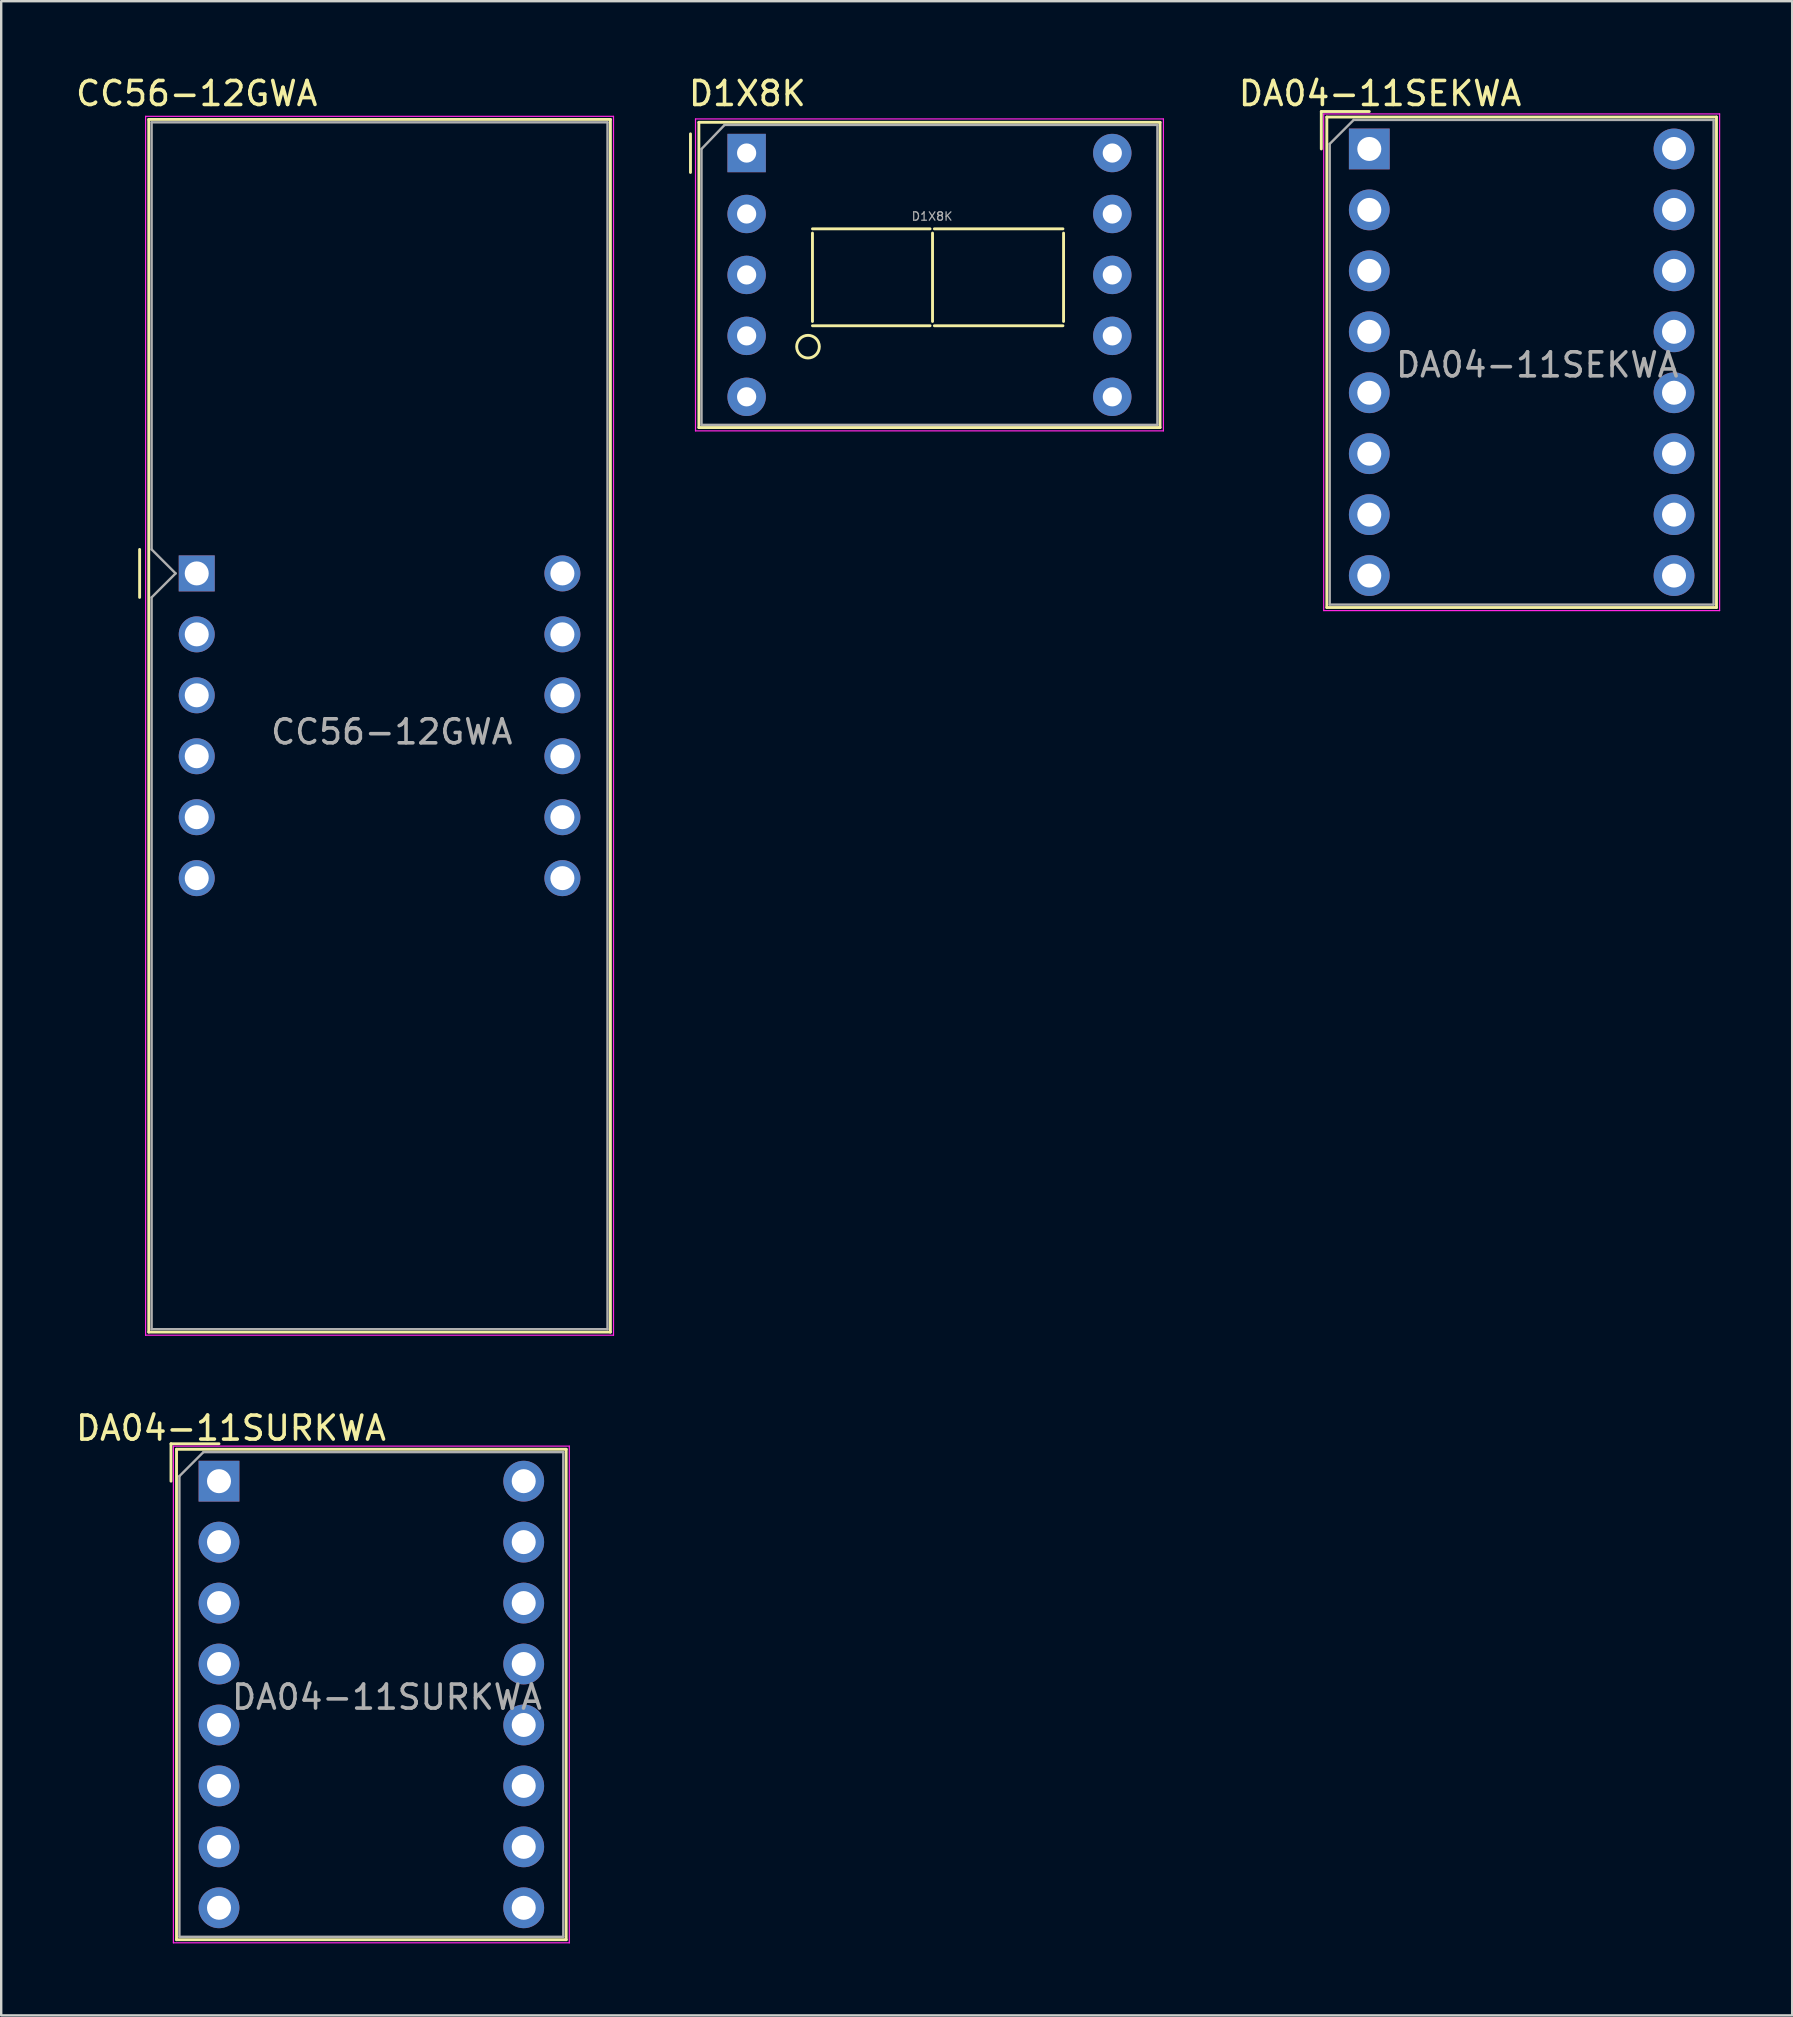
<source format=kicad_pcb>
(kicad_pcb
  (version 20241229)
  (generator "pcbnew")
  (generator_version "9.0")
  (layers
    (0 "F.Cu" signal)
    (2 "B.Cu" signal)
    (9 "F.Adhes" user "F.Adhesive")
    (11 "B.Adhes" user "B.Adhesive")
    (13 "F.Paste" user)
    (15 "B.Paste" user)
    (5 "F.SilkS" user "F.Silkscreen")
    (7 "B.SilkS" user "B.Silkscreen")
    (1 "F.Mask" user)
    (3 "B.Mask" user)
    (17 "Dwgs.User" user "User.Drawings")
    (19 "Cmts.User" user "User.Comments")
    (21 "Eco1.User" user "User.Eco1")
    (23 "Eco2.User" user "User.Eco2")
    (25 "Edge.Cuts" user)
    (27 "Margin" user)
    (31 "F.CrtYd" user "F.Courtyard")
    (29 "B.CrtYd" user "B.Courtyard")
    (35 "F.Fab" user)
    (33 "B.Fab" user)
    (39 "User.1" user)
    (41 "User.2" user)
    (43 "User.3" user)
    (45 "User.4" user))
  (footprint "DA04-11SURKWA"
    (layer "F.Cu")
    (at 6.077 58.681)
    (property "Reference" "DA04-11SURKWA" (at 0.5 -2.21 0) (layer "F.SilkS") (effects (font (size 1 1) (thickness 0.15))))
    (attr through_hole)
    (fp_line (start -2 -1.56) (end -2 0) (stroke (width 0.12) (type solid)) (layer "F.SilkS"))
    (fp_line (start -2 -1.56) (end 0 -1.56) (stroke (width 0.12) (type solid)) (layer "F.SilkS"))
    (fp_line (start -1.77 -1.33) (end 14.47 -1.33) (stroke (width 0.12) (type solid)) (layer "F.SilkS"))
    (fp_line (start -1.77 19.11) (end -1.77 -1.33) (stroke (width 0.12) (type solid)) (layer "F.SilkS"))
    (fp_line (start 14.47 -1.33) (end 14.47 19.11) (stroke (width 0.12) (type solid)) (layer "F.SilkS"))
    (fp_line (start 14.47 19.11) (end -1.77 19.11) (stroke (width 0.12) (type solid)) (layer "F.SilkS"))
    (fp_line (start -1.9 -1.46) (end 14.6 -1.46) (stroke (width 0.05) (type solid)) (layer "F.CrtYd"))
    (fp_line (start -1.9 19.24) (end -1.9 -1.46) (stroke (width 0.05) (type solid)) (layer "F.CrtYd"))
    (fp_line (start 14.6 -1.46) (end 14.6 19.24) (stroke (width 0.05) (type solid)) (layer "F.CrtYd"))
    (fp_line (start 14.6 19.24) (end -1.9 19.24) (stroke (width 0.05) (type solid)) (layer "F.CrtYd"))
    (fp_line (start -1.65 -0.21) (end -0.65 -1.21) (stroke (width 0.1) (type solid)) (layer "F.Fab"))
    (fp_line (start -1.65 18.99) (end -1.65 -0.21) (stroke (width 0.1) (type solid)) (layer "F.Fab"))
    (fp_line (start -0.65 -1.21) (end 14.35 -1.21) (stroke (width 0.1) (type solid)) (layer "F.Fab"))
    (fp_line (start 14.35 -1.21) (end 14.35 18.99) (stroke (width 0.1) (type solid)) (layer "F.Fab"))
    (fp_line (start 14.35 18.99) (end -1.65 18.99) (stroke (width 0.1) (type solid)) (layer "F.Fab"))
    (fp_text user "${REFERENCE}" (at 7 9 0) (layer "F.Fab") (effects (font (size 1 1) (thickness 0.15))))
    (pad "1" thru_hole rect (at 0 0) (size 1.7 1.7) (drill 1) (layers "*.Cu" "*.Mask"))
    (pad "2" thru_hole circle (at 0 2.54) (size 1.7 1.7) (drill 1) (layers "*.Cu" "*.Mask"))
    (pad "3" thru_hole circle (at 0 5.08) (size 1.7 1.7) (drill 1) (layers "*.Cu" "*.Mask"))
    (pad "4" thru_hole circle (at 0 7.62) (size 1.7 1.7) (drill 1) (layers "*.Cu" "*.Mask"))
    (pad "5" thru_hole circle (at 0 10.16) (size 1.7 1.7) (drill 1) (layers "*.Cu" "*.Mask"))
    (pad "6" thru_hole circle (at 0 12.7) (size 1.7 1.7) (drill 1) (layers "*.Cu" "*.Mask"))
    (pad "7" thru_hole circle (at 0 15.24) (size 1.7 1.7) (drill 1) (layers "*.Cu" "*.Mask"))
    (pad "8" thru_hole circle (at 0 17.78) (size 1.7 1.7) (drill 1) (layers "*.Cu" "*.Mask"))
    (pad "9" thru_hole circle (at 12.7 17.78) (size 1.7 1.7) (drill 1) (layers "*.Cu" "*.Mask"))
    (pad "10" thru_hole circle (at 12.7 15.24) (size 1.7 1.7) (drill 1) (layers "*.Cu" "*.Mask"))
    (pad "11" thru_hole circle (at 12.7 12.7) (size 1.7 1.7) (drill 1) (layers "*.Cu" "*.Mask"))
    (pad "12" thru_hole circle (at 12.7 10.16) (size 1.7 1.7) (drill 1) (layers "*.Cu" "*.Mask"))
    (pad "13" thru_hole circle (at 12.7 7.62) (size 1.7 1.7) (drill 1) (layers "*.Cu" "*.Mask"))
    (pad "14" thru_hole circle (at 12.7 5.08) (size 1.7 1.7) (drill 1) (layers "*.Cu" "*.Mask"))
    (pad "15" thru_hole circle (at 12.7 2.54) (size 1.7 1.7) (drill 1) (layers "*.Cu" "*.Mask"))
    (pad "16" thru_hole circle (at 12.7 0) (size 1.7 1.7) (drill 1) (layers "*.Cu" "*.Mask")))
  (footprint "DA04-11SEKWA"
    (layer "F.Cu")
    (at 54.018 3.158)
    (property "Reference" "DA04-11SEKWA" (at 0.45 -2.31 0) (layer "F.SilkS") (effects (font (size 1 1) (thickness 0.15))))
    (attr through_hole)
    (fp_line (start -2 -1.56) (end -2 0) (stroke (width 0.12) (type solid)) (layer "F.SilkS"))
    (fp_line (start -2 -1.56) (end 0 -1.56) (stroke (width 0.12) (type solid)) (layer "F.SilkS"))
    (fp_line (start -1.77 -1.33) (end 14.47 -1.33) (stroke (width 0.12) (type solid)) (layer "F.SilkS"))
    (fp_line (start -1.77 19.11) (end -1.77 -1.33) (stroke (width 0.12) (type solid)) (layer "F.SilkS"))
    (fp_line (start 14.47 -1.33) (end 14.47 19.11) (stroke (width 0.12) (type solid)) (layer "F.SilkS"))
    (fp_line (start 14.47 19.11) (end -1.77 19.11) (stroke (width 0.12) (type solid)) (layer "F.SilkS"))
    (fp_line (start -1.9 -1.46) (end 14.6 -1.46) (stroke (width 0.05) (type solid)) (layer "F.CrtYd"))
    (fp_line (start -1.9 19.24) (end -1.9 -1.46) (stroke (width 0.05) (type solid)) (layer "F.CrtYd"))
    (fp_line (start 14.6 -1.46) (end 14.6 19.24) (stroke (width 0.05) (type solid)) (layer "F.CrtYd"))
    (fp_line (start 14.6 19.24) (end -1.9 19.24) (stroke (width 0.05) (type solid)) (layer "F.CrtYd"))
    (fp_line (start -1.65 -0.21) (end -0.65 -1.21) (stroke (width 0.1) (type solid)) (layer "F.Fab"))
    (fp_line (start -1.65 18.99) (end -1.65 -0.21) (stroke (width 0.1) (type solid)) (layer "F.Fab"))
    (fp_line (start -0.65 -1.21) (end 14.35 -1.21) (stroke (width 0.1) (type solid)) (layer "F.Fab"))
    (fp_line (start 14.35 -1.21) (end 14.35 18.99) (stroke (width 0.1) (type solid)) (layer "F.Fab"))
    (fp_line (start 14.35 18.99) (end -1.65 18.99) (stroke (width 0.1) (type solid)) (layer "F.Fab"))
    (fp_text user "${REFERENCE}" (at 7 9 0) (layer "F.Fab") (effects (font (size 1 1) (thickness 0.15))))
    (pad "1" thru_hole rect (at 0 0) (size 1.7 1.7) (drill 1) (layers "*.Cu" "*.Mask"))
    (pad "2" thru_hole circle (at 0 2.54) (size 1.7 1.7) (drill 1) (layers "*.Cu" "*.Mask"))
    (pad "3" thru_hole circle (at 0 5.08) (size 1.7 1.7) (drill 1) (layers "*.Cu" "*.Mask"))
    (pad "4" thru_hole circle (at 0 7.62) (size 1.7 1.7) (drill 1) (layers "*.Cu" "*.Mask"))
    (pad "5" thru_hole circle (at 0 10.16) (size 1.7 1.7) (drill 1) (layers "*.Cu" "*.Mask"))
    (pad "6" thru_hole circle (at 0 12.7) (size 1.7 1.7) (drill 1) (layers "*.Cu" "*.Mask"))
    (pad "7" thru_hole circle (at 0 15.24) (size 1.7 1.7) (drill 1) (layers "*.Cu" "*.Mask"))
    (pad "8" thru_hole circle (at 0 17.78) (size 1.7 1.7) (drill 1) (layers "*.Cu" "*.Mask"))
    (pad "9" thru_hole circle (at 12.7 17.78) (size 1.7 1.7) (drill 1) (layers "*.Cu" "*.Mask"))
    (pad "10" thru_hole circle (at 12.7 15.24) (size 1.7 1.7) (drill 1) (layers "*.Cu" "*.Mask"))
    (pad "11" thru_hole circle (at 12.7 12.7) (size 1.7 1.7) (drill 1) (layers "*.Cu" "*.Mask"))
    (pad "12" thru_hole circle (at 12.7 10.16) (size 1.7 1.7) (drill 1) (layers "*.Cu" "*.Mask"))
    (pad "13" thru_hole circle (at 12.7 7.62) (size 1.7 1.7) (drill 1) (layers "*.Cu" "*.Mask"))
    (pad "14" thru_hole circle (at 12.7 5.08) (size 1.7 1.7) (drill 1) (layers "*.Cu" "*.Mask"))
    (pad "15" thru_hole circle (at 12.7 2.54) (size 1.7 1.7) (drill 1) (layers "*.Cu" "*.Mask"))
    (pad "16" thru_hole circle (at 12.7 0) (size 1.7 1.7) (drill 1) (layers "*.Cu" "*.Mask")))
  (footprint "CC56-12GWA"
    (layer "F.Cu")
    (at 5.149 20.848)
    (property "Reference" "CC56-12GWA" (at 0 -20 0) (layer "F.SilkS") (effects (font (size 1 1) (thickness 0.15))))
    (attr through_hole)
    (fp_line (start -2.38 -1) (end -2.38 1) (stroke (width 0.12) (type solid)) (layer "F.SilkS"))
    (fp_line (start -2 -18.92) (end -2 31.62) (stroke (width 0.12) (type solid)) (layer "F.SilkS"))
    (fp_line (start -2 -18.92) (end 17.24 -18.92) (stroke (width 0.12) (type solid)) (layer "F.SilkS"))
    (fp_line (start -2 31.62) (end 17.24 31.62) (stroke (width 0.12) (type solid)) (layer "F.SilkS"))
    (fp_line (start 17.24 31.62) (end 17.24 -18.92) (stroke (width 0.12) (type solid)) (layer "F.SilkS"))
    (fp_line (start -2.13 -19.05) (end 17.37 -19.05) (stroke (width 0.05) (type solid)) (layer "F.CrtYd"))
    (fp_line (start -2.13 31.75) (end -2.13 -19.05) (stroke (width 0.05) (type solid)) (layer "F.CrtYd"))
    (fp_line (start 17.37 -19.05) (end 17.37 31.75) (stroke (width 0.05) (type solid)) (layer "F.CrtYd"))
    (fp_line (start 17.37 31.75) (end -2.13 31.75) (stroke (width 0.05) (type solid)) (layer "F.CrtYd"))
    (fp_line (start -1.88 -18.8) (end 17.12 -18.8) (stroke (width 0.1) (type solid)) (layer "F.Fab"))
    (fp_line (start -1.88 -1) (end -1.88 -18.8) (stroke (width 0.1) (type solid)) (layer "F.Fab"))
    (fp_line (start -1.88 1) (end -1.88 31.5) (stroke (width 0.1) (type solid)) (layer "F.Fab"))
    (fp_line (start -1.88 1) (end -0.88 0) (stroke (width 0.1) (type solid)) (layer "F.Fab"))
    (fp_line (start -1.88 31.5) (end 17.12 31.5) (stroke (width 0.1) (type solid)) (layer "F.Fab"))
    (fp_line (start -0.88 0) (end -1.88 -1) (stroke (width 0.1) (type solid)) (layer "F.Fab"))
    (fp_line (start 17.12 -18.8) (end 17.12 31.5) (stroke (width 0.1) (type solid)) (layer "F.Fab"))
    (fp_text user "${REFERENCE}" (at 8.128 6.604 0) (layer "F.Fab") (effects (font (size 1 1) (thickness 0.15))))
    (pad "1" thru_hole rect (at 0 0) (size 1.5 1.5) (drill 1) (layers "*.Cu" "*.Mask"))
    (pad "2" thru_hole circle (at 0 2.54) (size 1.5 1.5) (drill 1) (layers "*.Cu" "*.Mask"))
    (pad "3" thru_hole circle (at 0 5.08) (size 1.5 1.5) (drill 1) (layers "*.Cu" "*.Mask"))
    (pad "4" thru_hole circle (at 0 7.62) (size 1.5 1.5) (drill 1) (layers "*.Cu" "*.Mask"))
    (pad "5" thru_hole circle (at 0 10.16) (size 1.5 1.5) (drill 1) (layers "*.Cu" "*.Mask"))
    (pad "6" thru_hole circle (at 0 12.7) (size 1.5 1.5) (drill 1) (layers "*.Cu" "*.Mask"))
    (pad "7" thru_hole circle (at 15.24 12.7) (size 1.5 1.5) (drill 1) (layers "*.Cu" "*.Mask"))
    (pad "8" thru_hole circle (at 15.24 10.16) (size 1.5 1.5) (drill 1) (layers "*.Cu" "*.Mask"))
    (pad "9" thru_hole circle (at 15.24 7.62) (size 1.5 1.5) (drill 1) (layers "*.Cu" "*.Mask"))
    (pad "10" thru_hole circle (at 15.24 5.08) (size 1.5 1.5) (drill 1) (layers "*.Cu" "*.Mask"))
    (pad "11" thru_hole circle (at 15.24 2.54) (size 1.5 1.5) (drill 1) (layers "*.Cu" "*.Mask"))
    (pad "12" thru_hole circle (at 15.24 0) (size 1.5 1.5) (drill 1) (layers "*.Cu" "*.Mask")))
  (footprint "D1X8K"
    (layer "F.Cu")
    (at 28.067 3.328)
    (property "Reference" "D1X8K" (at 0.03 -2.48 0) (layer "F.SilkS") (effects (font (size 1 1) (thickness 0.15))))
    (attr through_hole)
    (fp_line (start -2.34 -0.8) (end -2.34 0.81) (stroke (width 0.12) (type solid)) (layer "F.SilkS"))
    (fp_line (start -1.99 -1.28) (end -1.99 11.44) (stroke (width 0.12) (type solid)) (layer "F.SilkS"))
    (fp_line (start 2.744 3.337) (end 2.744 7.02) (stroke (width 0.12) (type solid)) (layer "F.SilkS"))
    (fp_line (start 7.646 3.159) (end 2.744 3.159) (stroke (width 0.12) (type solid)) (layer "F.SilkS"))
    (fp_line (start 7.646 7.198) (end 2.744 7.198) (stroke (width 0.12) (type solid)) (layer "F.SilkS"))
    (fp_line (start 7.748 3.337) (end 7.748 7.02) (stroke (width 0.12) (type solid)) (layer "F.SilkS"))
    (fp_line (start 13.183 3.159) (end 7.824 3.159) (stroke (width 0.12) (type solid)) (layer "F.SilkS"))
    (fp_line (start 13.183 7.198) (end 7.824 7.198) (stroke (width 0.12) (type solid)) (layer "F.SilkS"))
    (fp_line (start 13.209 3.337) (end 13.209 7.02) (stroke (width 0.12) (type solid)) (layer "F.SilkS"))
    (fp_line (start 17.23 -1.28) (end -1.99 -1.28) (stroke (width 0.12) (type solid)) (layer "F.SilkS"))
    (fp_line (start 17.23 -1.28) (end 17.23 11.44) (stroke (width 0.12) (type solid)) (layer "F.SilkS"))
    (fp_line (start 17.23 11.44) (end -1.99 11.44) (stroke (width 0.12) (type solid)) (layer "F.SilkS"))
    (fp_circle (center 2.558 8.07) (end 2.837 7.689) (stroke (width 0.12) (type solid)) (fill no) (layer "F.SilkS"))
    (fp_line (start -2.13 -1.42) (end -2.13 11.58) (stroke (width 0.05) (type solid)) (layer "F.CrtYd"))
    (fp_line (start 17.37 -1.42) (end -2.13 -1.42) (stroke (width 0.05) (type solid)) (layer "F.CrtYd"))
    (fp_line (start 17.37 -1.42) (end 17.37 11.58) (stroke (width 0.05) (type solid)) (layer "F.CrtYd"))
    (fp_line (start 17.37 11.58) (end -2.13 11.58) (stroke (width 0.05) (type solid)) (layer "F.CrtYd"))
    (fp_line (start -1.88 -0.17) (end -1.88 11.33) (stroke (width 0.1) (type solid)) (layer "F.Fab"))
    (fp_line (start -0.92 -1.17) (end -1.88 -0.17) (stroke (width 0.1) (type solid)) (layer "F.Fab"))
    (fp_line (start 17.12 -1.17) (end -0.92 -1.17) (stroke (width 0.1) (type solid)) (layer "F.Fab"))
    (fp_line (start 17.12 -1.17) (end 17.12 11.33) (stroke (width 0.1) (type solid)) (layer "F.Fab"))
    (fp_line (start 17.12 11.33) (end -1.88 11.33) (stroke (width 0.1) (type solid)) (layer "F.Fab"))
    (fp_text user "${REFERENCE}" (at 7.73 2.64 0) (layer "F.Fab") (effects (font (size 0.35 0.35) (thickness 0.052))))
    (pad "1" thru_hole rect (at 0 0 270) (size 1.6 1.6) (drill 0.8) (layers "*.Cu" "*.Mask"))
    (pad "2" thru_hole circle (at 0 2.54 270) (size 1.6 1.6) (drill 0.8) (layers "*.Cu" "*.Mask"))
    (pad "3" thru_hole circle (at 0 5.08 270) (size 1.6 1.6) (drill 0.8) (layers "*.Cu" "*.Mask"))
    (pad "4" thru_hole circle (at 0 7.62 270) (size 1.6 1.6) (drill 0.8) (layers "*.Cu" "*.Mask"))
    (pad "5" thru_hole circle (at 0 10.16 270) (size 1.6 1.6) (drill 0.8) (layers "*.Cu" "*.Mask"))
    (pad "6" thru_hole circle (at 15.24 10.16 270) (size 1.6 1.6) (drill 0.8) (layers "*.Cu" "*.Mask"))
    (pad "7" thru_hole circle (at 15.24 7.62 270) (size 1.6 1.6) (drill 0.8) (layers "*.Cu" "*.Mask"))
    (pad "8" thru_hole circle (at 15.24 5.08 270) (size 1.6 1.6) (drill 0.8) (layers "*.Cu" "*.Mask"))
    (pad "9" thru_hole circle (at 15.24 2.54 270) (size 1.6 1.6) (drill 0.8) (layers "*.Cu" "*.Mask"))
    (pad "10" thru_hole circle (at 15.24 0 270) (size 1.6 1.6) (drill 0.8) (layers "*.Cu" "*.Mask")))
  (gr_rect
    (start -3 -3)
    (end 71.643 80.947)
    (stroke (width 0.1) (type default))
    (fill no)
    (layer "Edge.Cuts")))
</source>
